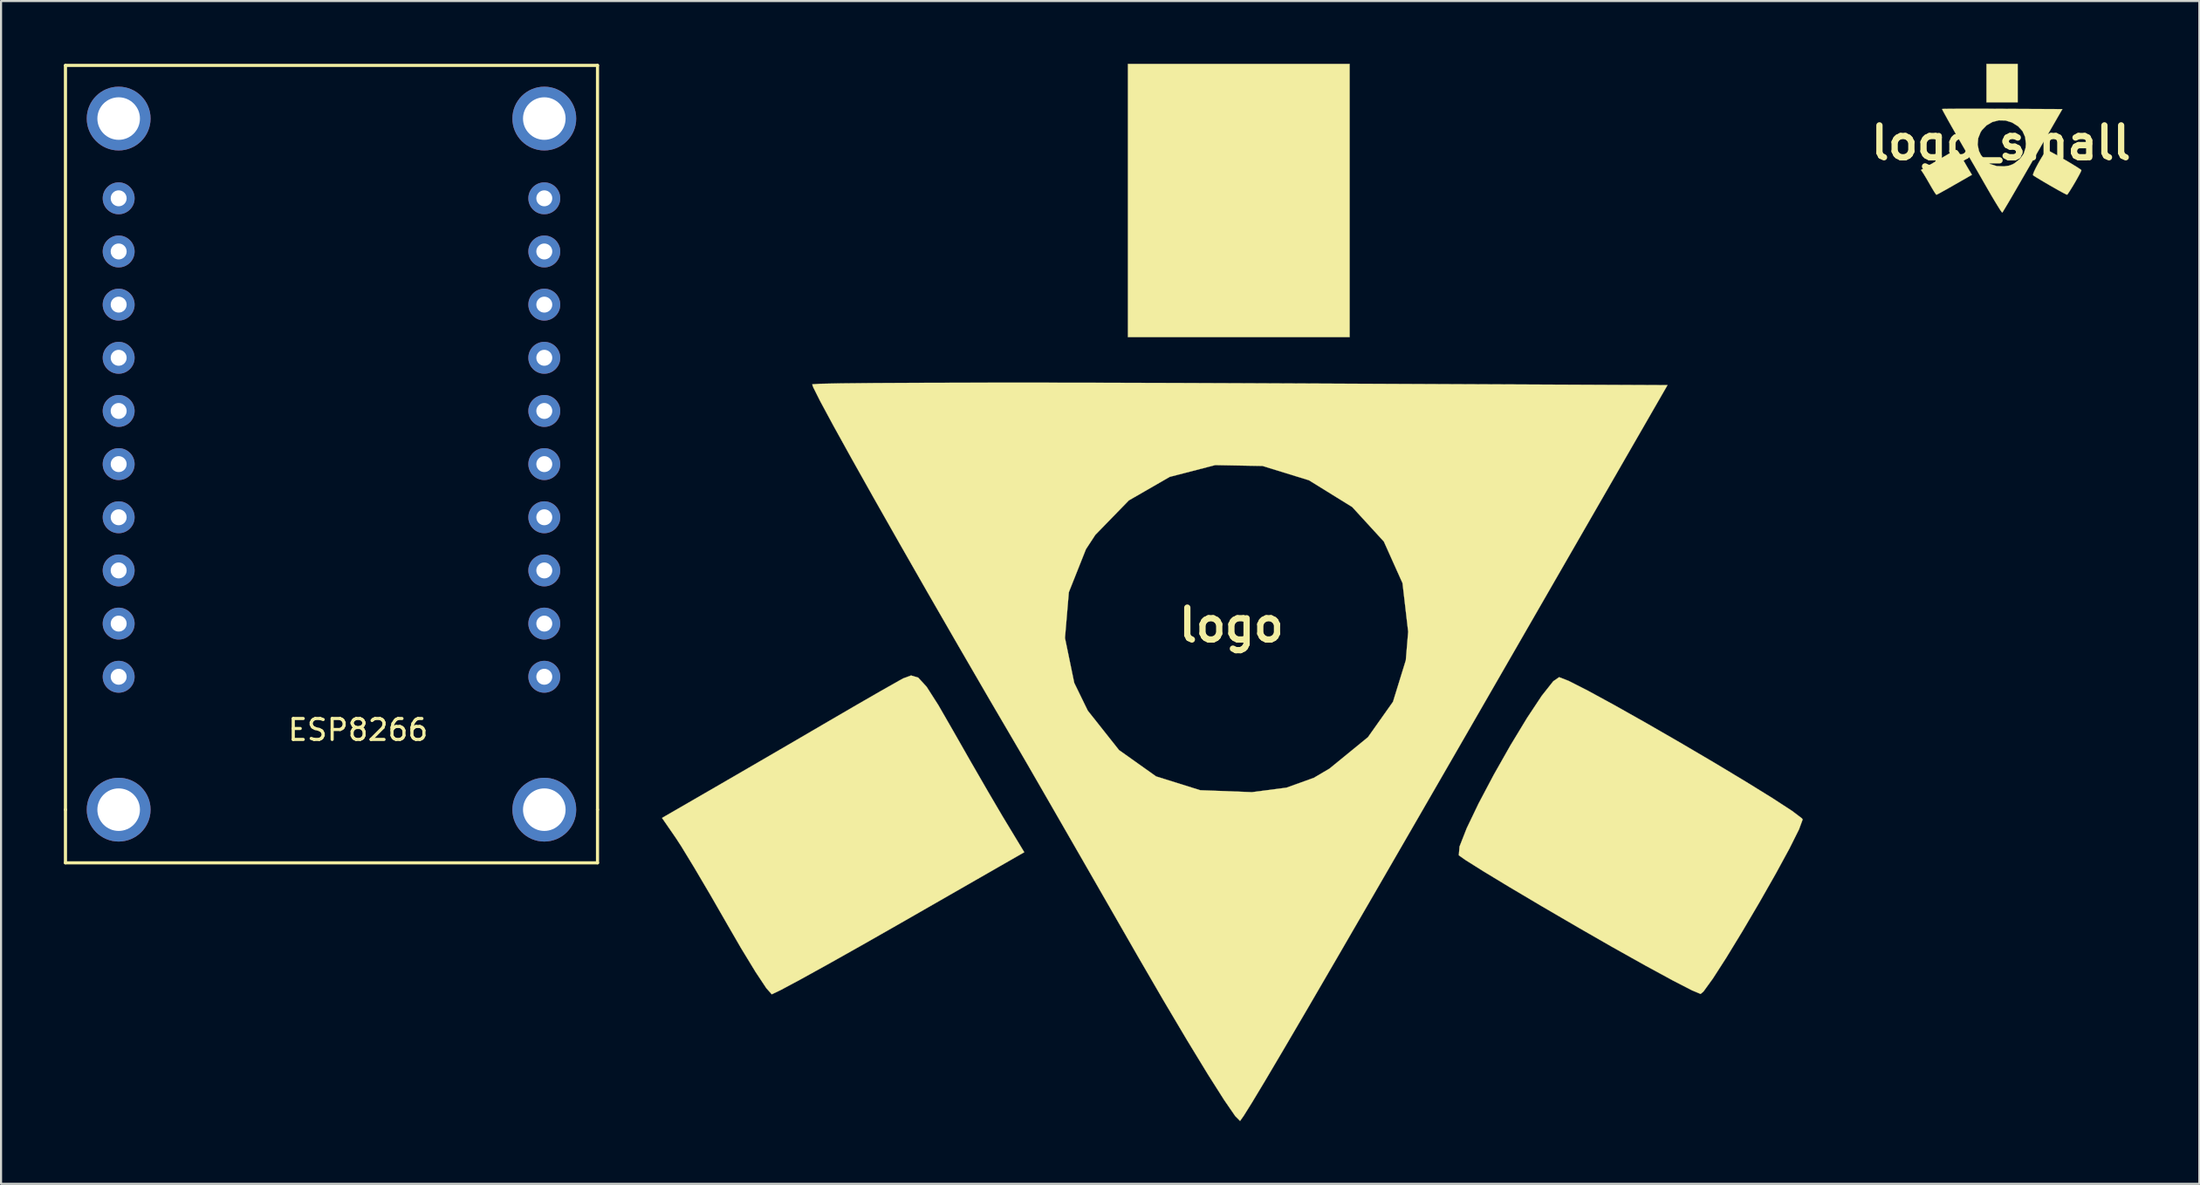
<source format=kicad_pcb>
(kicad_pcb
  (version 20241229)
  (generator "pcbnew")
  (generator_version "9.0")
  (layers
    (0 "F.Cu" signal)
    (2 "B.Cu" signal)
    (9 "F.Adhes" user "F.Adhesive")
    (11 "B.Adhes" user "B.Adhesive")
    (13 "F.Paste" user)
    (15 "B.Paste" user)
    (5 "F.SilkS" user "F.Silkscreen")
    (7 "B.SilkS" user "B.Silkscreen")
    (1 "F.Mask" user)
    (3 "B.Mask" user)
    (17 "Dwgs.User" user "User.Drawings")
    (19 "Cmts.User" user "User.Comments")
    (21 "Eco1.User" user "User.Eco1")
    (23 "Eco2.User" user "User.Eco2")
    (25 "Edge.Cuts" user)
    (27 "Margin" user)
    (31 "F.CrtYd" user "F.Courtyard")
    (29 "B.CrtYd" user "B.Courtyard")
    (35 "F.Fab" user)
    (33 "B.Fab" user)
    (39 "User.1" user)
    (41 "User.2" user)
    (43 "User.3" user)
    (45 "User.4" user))
  (footprint "logo_small"
    (layer "F.Cu")
    (at 92.481 3.775)
    (property "Reference" "logo_small" (at 0 0 0) (layer "F.SilkS") (effects (font (size 1.524 1.524) (thickness 0.3))))
    (attr through_hole)
    (fp_poly (pts (xy 0.794 -1.935) (xy -0.695 -1.935) (xy -0.695 -3.77) (xy 0.794 -3.77) (xy 0.794 -1.935)) (stroke (width 0.01) (type solid)) (fill yes) (layer "F.SilkS"))
    (fp_poly (pts (xy -2.103 0.353) (xy -2.046 0.415) (xy -1.967 0.538) (xy -1.869 0.709) (xy -1.75 0.917) (xy -1.634 1.119) (xy -1.539 1.28) (xy -1.514 1.321) (xy -1.39 1.526) (xy -2.222 2.003) (xy -2.481 2.151) (xy -2.711 2.28) (xy -2.897 2.383) (xy -3.026 2.453) (xy -3.085 2.48) (xy -3.086 2.48) (xy -3.122 2.44) (xy -3.195 2.331) (xy -3.292 2.17) (xy -3.378 2.022) (xy -3.496 1.816) (xy -3.606 1.629) (xy -3.693 1.486) (xy -3.73 1.429) (xy -3.822 1.296) (xy -3.462 1.087) (xy -3.239 0.958) (xy -2.981 0.808) (xy -2.738 0.666) (xy -2.704 0.646) (xy -2.516 0.536) (xy -2.35 0.441) (xy -2.232 0.374) (xy -2.203 0.358) (xy -2.15 0.339) (xy -2.103 0.353)) (stroke (width 0.01) (type solid)) (fill yes) (layer "F.SilkS"))
    (fp_poly (pts (xy 2.264 0.375) (xy 2.393 0.441) (xy 2.572 0.538) (xy 2.783 0.657) (xy 3.011 0.788) (xy 3.239 0.923) (xy 3.451 1.051) (xy 3.632 1.162) (xy 3.763 1.248) (xy 3.83 1.299) (xy 3.835 1.306) (xy 3.811 1.373) (xy 3.747 1.501) (xy 3.655 1.67) (xy 3.546 1.862) (xy 3.432 2.056) (xy 3.323 2.233) (xy 3.232 2.375) (xy 3.17 2.461) (xy 3.15 2.478) (xy 3.093 2.455) (xy 2.965 2.389) (xy 2.781 2.289) (xy 2.556 2.162) (xy 2.339 2.038) (xy 2.089 1.892) (xy 1.868 1.761) (xy 1.69 1.653) (xy 1.571 1.578) (xy 1.527 1.547) (xy 1.532 1.488) (xy 1.58 1.365) (xy 1.66 1.198) (xy 1.761 1.007) (xy 1.873 0.809) (xy 1.984 0.625) (xy 2.084 0.475) (xy 2.161 0.377) (xy 2.2 0.35) (xy 2.264 0.375)) (stroke (width 0.01) (type solid)) (fill yes) (layer "F.SilkS"))
    (fp_poly (pts (xy -0.861 -1.628) (xy -0.362 -1.627) (xy 0.067 -1.625) (xy 2.928 -1.612) (xy 1.943 0.099) (xy 1.566 0.753) (xy 1.236 1.325) (xy 0.952 1.817) (xy 0.711 2.234) (xy 0.511 2.578) (xy 0.35 2.853) (xy 0.226 3.062) (xy 0.137 3.21) (xy 0.082 3.299) (xy 0.058 3.332) (xy 0.026 3.299) (xy -0.049 3.191) (xy -0.158 3.017) (xy -0.297 2.79) (xy -0.458 2.519) (xy -0.634 2.215) (xy -0.645 2.196) (xy -0.828 1.877) (xy -0.999 1.578) (xy -1.152 1.312) (xy -1.279 1.092) (xy -1.371 0.933) (xy -1.42 0.849) (xy -1.627 0.494) (xy -1.835 0.137) (xy -1.863 0.087) (xy -1.117 0.087) (xy -1.055 0.388) (xy -0.964 0.575) (xy -0.754 0.84) (xy -0.506 1.017) (xy -0.209 1.109) (xy 0.138 1.123) (xy 0.37 1.092) (xy 0.553 1.026) (xy 0.659 0.964) (xy 0.917 0.753) (xy 1.085 0.515) (xy 1.171 0.236) (xy 1.187 0.045) (xy 1.149 -0.282) (xy 1.024 -0.561) (xy 0.811 -0.793) (xy 0.521 -0.973) (xy 0.209 -1.069) (xy -0.109 -1.075) (xy -0.414 -0.996) (xy -0.688 -0.838) (xy -0.913 -0.606) (xy -0.976 -0.51) (xy -1.091 -0.221) (xy -1.117 0.087) (xy -1.863 0.087) (xy -2.037 -0.215) (xy -2.228 -0.549) (xy -2.402 -0.855) (xy -2.553 -1.124) (xy -2.674 -1.345) (xy -2.762 -1.506) (xy -2.808 -1.599) (xy -2.814 -1.618) (xy -2.762 -1.621) (xy -2.62 -1.624) (xy -2.396 -1.626) (xy -2.099 -1.628) (xy -1.739 -1.629) (xy -1.323 -1.629) (xy -0.861 -1.628)) (stroke (width 0.01) (type solid)) (fill yes) (layer "F.SilkS")))
  (footprint "logo"
    (layer "F.Cu")
    (at 55.737 26.816)
    (property "Reference" "logo" (at 0 0 0) (layer "F.SilkS") (effects (font (size 1.524 1.524) (thickness 0.3))))
    (attr through_hole)
    (fp_poly (pts (xy 5.644 -13.758) (xy -4.939 -13.758) (xy -4.939 -26.811) (xy 5.644 -26.811) (xy 5.644 -13.758)) (stroke (width 0.01) (type solid)) (fill yes) (layer "F.SilkS"))
    (fp_poly (pts (xy -14.951 2.51) (xy -14.548 2.949) (xy -13.989 3.825) (xy -13.288 5.044) (xy -12.445 6.523) (xy -11.618 7.956) (xy -10.946 9.101) (xy -10.769 9.395) (xy -9.888 10.852) (xy -15.802 14.246) (xy -17.646 15.297) (xy -19.279 16.216) (xy -20.603 16.948) (xy -21.521 17.44) (xy -21.935 17.637) (xy -21.944 17.639) (xy -22.2 17.351) (xy -22.716 16.573) (xy -23.411 15.431) (xy -24.021 14.376) (xy -24.863 12.911) (xy -25.646 11.582) (xy -26.263 10.569) (xy -26.527 10.163) (xy -27.182 9.214) (xy -24.615 7.729) (xy -23.031 6.81) (xy -21.197 5.743) (xy -19.47 4.735) (xy -19.226 4.592) (xy -17.889 3.813) (xy -16.71 3.134) (xy -15.874 2.66) (xy -15.664 2.545) (xy -15.292 2.408) (xy -14.951 2.51)) (stroke (width 0.01) (type solid)) (fill yes) (layer "F.SilkS"))
    (fp_poly (pts (xy 16.099 2.665) (xy 17.018 3.133) (xy 18.286 3.825) (xy 19.789 4.672) (xy 21.41 5.607) (xy 23.033 6.562) (xy 24.543 7.471) (xy 25.825 8.264) (xy 26.761 8.874) (xy 27.237 9.234) (xy 27.273 9.288) (xy 27.098 9.763) (xy 26.644 10.672) (xy 25.989 11.876) (xy 25.215 13.237) (xy 24.403 14.619) (xy 23.633 15.882) (xy 22.986 16.889) (xy 22.542 17.502) (xy 22.401 17.624) (xy 21.995 17.455) (xy 21.085 16.986) (xy 19.777 16.274) (xy 18.176 15.377) (xy 16.634 14.492) (xy 14.857 13.456) (xy 13.284 12.523) (xy 12.02 11.757) (xy 11.172 11.223) (xy 10.857 10.999) (xy 10.892 10.581) (xy 11.233 9.709) (xy 11.802 8.522) (xy 12.523 7.157) (xy 13.318 5.753) (xy 14.109 4.447) (xy 14.817 3.377) (xy 15.367 2.682) (xy 15.646 2.489) (xy 16.099 2.665)) (stroke (width 0.01) (type solid)) (fill yes) (layer "F.SilkS"))
    (fp_poly (pts (xy -6.126 -11.578) (xy -2.576 -11.568) (xy 0.476 -11.556) (xy 20.82 -11.465) (xy 13.815 0.706) (xy 11.136 5.358) (xy 8.792 9.422) (xy 6.77 12.922) (xy 5.055 15.883) (xy 3.632 18.33) (xy 2.487 20.286) (xy 1.607 21.776) (xy 0.976 22.825) (xy 0.581 23.457) (xy 0.414 23.692) (xy 0.184 23.46) (xy -0.345 22.69) (xy -1.126 21.458) (xy -2.112 19.839) (xy -3.255 17.911) (xy -4.509 15.75) (xy -4.586 15.615) (xy -5.886 13.348) (xy -7.107 11.221) (xy -8.195 9.329) (xy -9.094 7.767) (xy -9.749 6.631) (xy -10.096 6.034) (xy -11.57 3.516) (xy -13.046 0.971) (xy -13.251 0.615) (xy -7.945 0.615) (xy -7.502 2.762) (xy -6.857 4.086) (xy -5.365 5.971) (xy -3.596 7.229) (xy -1.489 7.889) (xy 0.981 7.983) (xy 2.632 7.767) (xy 3.936 7.297) (xy 4.683 6.857) (xy 6.519 5.356) (xy 7.715 3.664) (xy 8.327 1.68) (xy 8.44 0.317) (xy 8.17 -2.004) (xy 7.279 -3.991) (xy 5.769 -5.64) (xy 3.704 -6.919) (xy 1.487 -7.603) (xy -0.773 -7.644) (xy -2.944 -7.082) (xy -4.895 -5.957) (xy -6.495 -4.311) (xy -6.944 -3.625) (xy -7.76 -1.571) (xy -7.945 0.615) (xy -13.251 0.615) (xy -14.485 -1.526) (xy -15.843 -3.902) (xy -17.079 -6.082) (xy -18.151 -7.993) (xy -19.018 -9.561) (xy -19.638 -10.713) (xy -19.969 -11.374) (xy -20.011 -11.504) (xy -19.642 -11.529) (xy -18.63 -11.549) (xy -17.038 -11.565) (xy -14.929 -11.575) (xy -12.365 -11.581) (xy -9.41 -11.582) (xy -6.126 -11.578)) (stroke (width 0.01) (type solid)) (fill yes) (layer "F.SilkS")))
  (footprint "ESP8266"
    (layer "F.Cu")
    (at 7.695 3.885)
    (property "Reference" "ESP8266" (at 6.35 27.94 0) (layer "F.SilkS") (effects (font (size 1 1) (thickness 0.15))))
    (attr through_hole)
    (fp_line (start -7.62 -3.81) (end -7.62 31.75) (stroke (width 0.15) (type solid)) (layer "F.SilkS"))
    (fp_line (start -7.62 34.29) (end -7.62 31.75) (stroke (width 0.15) (type solid)) (layer "F.SilkS"))
    (fp_line (start 17.78 -3.81) (end -7.62 -3.81) (stroke (width 0.15) (type solid)) (layer "F.SilkS"))
    (fp_line (start 17.78 31.75) (end 17.78 -3.81) (stroke (width 0.15) (type solid)) (layer "F.SilkS"))
    (fp_line (start 17.78 34.29) (end -7.62 34.29) (stroke (width 0.15) (type solid)) (layer "F.SilkS"))
    (fp_line (start 17.78 34.29) (end 17.78 31.75) (stroke (width 0.15) (type solid)) (layer "F.SilkS"))
    (pad "" thru_hole circle (at -5.08 -1.27) (size 3.048 3.048) (drill 2.032) (layers "*.Cu" "*.Mask"))
    (pad "" thru_hole circle (at -5.08 31.75) (size 3.048 3.048) (drill 2.032) (layers "*.Cu" "*.Mask"))
    (pad "" smd circle (at -1.27 33.02) (size 1.524 1.524) (layers "F.Mask" "F.Paste"))
    (pad "" smd circle (at 1.27 33.02) (size 1.524 1.524) (layers "F.Mask" "F.Paste"))
    (pad "" smd circle (at 3.81 33.02) (size 1.524 1.524) (layers "F.Mask" "F.Paste"))
    (pad "" smd circle (at 6.35 33.02) (size 1.524 1.524) (layers "F.Mask" "F.Paste"))
    (pad "" smd circle (at 8.89 33.02) (size 1.524 1.524) (layers "F.Mask" "F.Paste"))
    (pad "" smd circle (at 11.43 33.02) (size 1.524 1.524) (layers "F.Mask" "F.Paste"))
    (pad "" thru_hole circle (at 15.24 -1.27) (size 3.048 3.048) (drill 2.032) (layers "*.Cu" "*.Mask"))
    (pad "" thru_hole circle (at 15.24 31.75) (size 3.048 3.048) (drill 2.032) (layers "*.Cu" "*.Mask"))
    (pad "1" thru_hole circle (at -5.08 2.54) (size 1.524 1.524) (drill 0.762) (layers "*.Cu" "*.Mask"))
    (pad "2" thru_hole circle (at -5.08 5.08) (size 1.524 1.524) (drill 0.762) (layers "*.Cu" "*.Mask"))
    (pad "3" thru_hole circle (at -5.08 7.62) (size 1.524 1.524) (drill 0.762) (layers "*.Cu" "*.Mask"))
    (pad "4" thru_hole circle (at -5.08 10.16) (size 1.524 1.524) (drill 0.762) (layers "*.Cu" "*.Mask"))
    (pad "5" thru_hole circle (at -5.08 12.7) (size 1.524 1.524) (drill 0.762) (layers "*.Cu" "*.Mask"))
    (pad "6" thru_hole circle (at -5.08 15.24) (size 1.524 1.524) (drill 0.762) (layers "*.Cu" "*.Mask"))
    (pad "7" thru_hole circle (at -5.08 17.78) (size 1.524 1.524) (drill 0.762) (layers "*.Cu" "*.Mask"))
    (pad "8" thru_hole circle (at -5.08 20.32) (size 1.524 1.524) (drill 0.762) (layers "*.Cu" "*.Mask"))
    (pad "9" thru_hole circle (at -5.08 22.86) (size 1.524 1.524) (drill 0.762) (layers "*.Cu" "*.Mask"))
    (pad "10" thru_hole circle (at -5.08 25.4) (size 1.524 1.524) (drill 0.762) (layers "*.Cu" "*.Mask"))
    (pad "11" thru_hole circle (at 15.24 25.4) (size 1.524 1.524) (drill 0.762) (layers "*.Cu" "*.Mask"))
    (pad "12" thru_hole circle (at 15.24 22.86) (size 1.524 1.524) (drill 0.762) (layers "*.Cu" "*.Mask"))
    (pad "13" thru_hole circle (at 15.24 20.32) (size 1.524 1.524) (drill 0.762) (layers "*.Cu" "*.Mask"))
    (pad "14" thru_hole circle (at 15.24 17.78) (size 1.524 1.524) (drill 0.762) (layers "*.Cu" "*.Mask"))
    (pad "15" thru_hole circle (at 15.24 15.24) (size 1.524 1.524) (drill 0.762) (layers "*.Cu" "*.Mask"))
    (pad "16" thru_hole circle (at 15.24 12.7) (size 1.524 1.524) (drill 0.762) (layers "*.Cu" "*.Mask"))
    (pad "17" thru_hole circle (at 15.24 10.16) (size 1.524 1.524) (drill 0.762) (layers "*.Cu" "*.Mask"))
    (pad "18" thru_hole circle (at 15.24 7.62) (size 1.524 1.524) (drill 0.762) (layers "*.Cu" "*.Mask"))
    (pad "19" thru_hole circle (at 15.24 5.08) (size 1.524 1.524) (drill 0.762) (layers "*.Cu" "*.Mask"))
    (pad "20" thru_hole circle (at 15.24 2.54) (size 1.524 1.524) (drill 0.762) (layers "*.Cu" "*.Mask")))
  (gr_rect
    (start -3 -3)
    (end 101.947 53.513)
    (stroke (width 0.1) (type default))
    (fill no)
    (layer "Edge.Cuts")))
</source>
